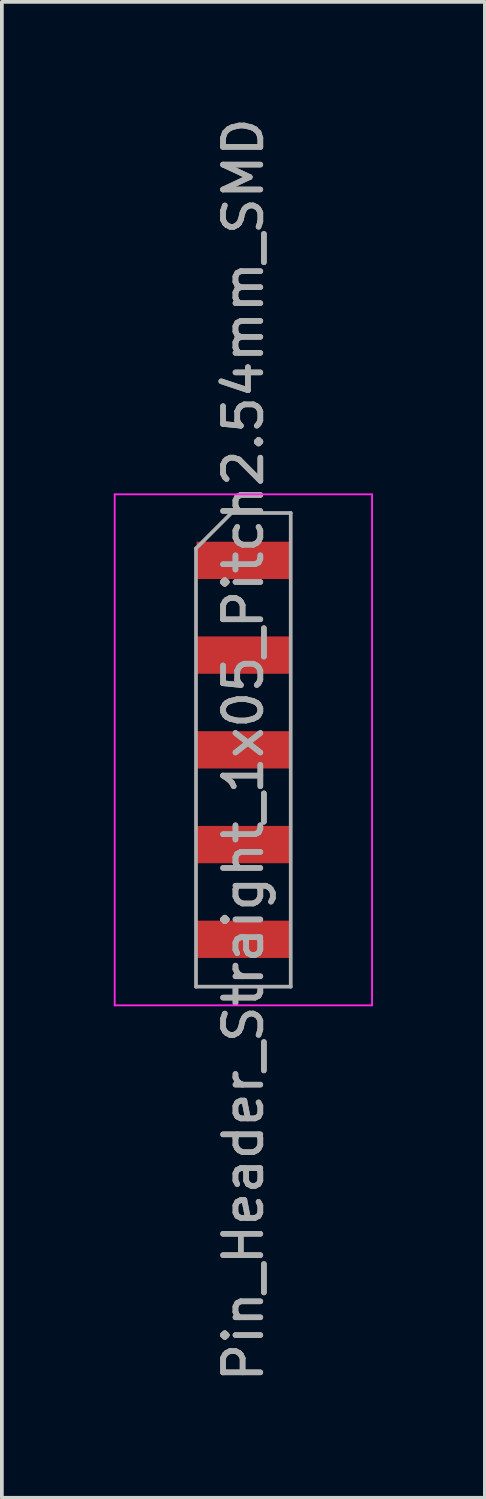
<source format=kicad_pcb>
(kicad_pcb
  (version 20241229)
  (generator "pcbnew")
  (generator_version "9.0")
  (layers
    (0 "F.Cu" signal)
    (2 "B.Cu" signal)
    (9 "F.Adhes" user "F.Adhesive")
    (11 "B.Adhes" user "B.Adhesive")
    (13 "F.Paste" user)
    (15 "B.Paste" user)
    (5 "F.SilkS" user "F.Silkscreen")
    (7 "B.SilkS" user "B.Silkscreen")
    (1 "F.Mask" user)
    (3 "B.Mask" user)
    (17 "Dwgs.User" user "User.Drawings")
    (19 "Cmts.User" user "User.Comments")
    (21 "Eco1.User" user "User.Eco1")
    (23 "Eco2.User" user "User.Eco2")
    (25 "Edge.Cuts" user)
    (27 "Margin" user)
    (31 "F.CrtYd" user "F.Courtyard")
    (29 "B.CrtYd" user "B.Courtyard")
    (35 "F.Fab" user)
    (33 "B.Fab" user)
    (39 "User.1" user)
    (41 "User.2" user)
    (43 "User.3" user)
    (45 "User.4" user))
  (footprint "Pin_Header_Straight_1x05_Pitch2.54mm_SMD"
    (layer "F.Cu")
    (at 3.475 17.054)
    (property "Reference" "Pin_Header_Straight_1x05_Pitch2.54mm_SMD" (at 0 0 90) (layer "F.Fab") (effects (font (size 1 1) (thickness 0.15))))
    (attr smd)
    (fp_line (start -3.45 -6.85) (end -3.45 6.85) (stroke (width 0.05) (type solid)) (layer "F.CrtYd"))
    (fp_line (start -3.45 6.85) (end 3.45 6.85) (stroke (width 0.05) (type solid)) (layer "F.CrtYd"))
    (fp_line (start 3.45 -6.85) (end -3.45 -6.85) (stroke (width 0.05) (type solid)) (layer "F.CrtYd"))
    (fp_line (start 3.45 6.85) (end 3.45 -6.85) (stroke (width 0.05) (type solid)) (layer "F.CrtYd"))
    (fp_line (start -1.27 -5.4) (end -0.32 -6.35) (stroke (width 0.1) (type solid)) (layer "F.Fab"))
    (fp_line (start -1.27 6.35) (end -1.27 -5.4) (stroke (width 0.1) (type solid)) (layer "F.Fab"))
    (fp_line (start -0.32 -6.35) (end 1.27 -6.35) (stroke (width 0.1) (type solid)) (layer "F.Fab"))
    (fp_line (start 1.27 -6.35) (end 1.27 6.35) (stroke (width 0.1) (type solid)) (layer "F.Fab"))
    (fp_line (start 1.27 6.35) (end -1.27 6.35) (stroke (width 0.1) (type solid)) (layer "F.Fab"))
    (fp_text user "${REFERENCE}" (at 0 0 90) (layer "F.Fab") (effects (font (size 1 1) (thickness 0.15))))
    (pad "1" smd rect (at 0 -5.08) (size 2.51 1) (layers "F.Cu" "F.Mask" "F.Paste"))
    (pad "2" smd rect (at 0 -2.54) (size 2.51 1) (layers "F.Cu" "F.Mask" "F.Paste"))
    (pad "3" smd rect (at 0 0) (size 2.51 1) (layers "F.Cu" "F.Mask" "F.Paste"))
    (pad "4" smd rect (at 0 2.54) (size 2.51 1) (layers "F.Cu" "F.Mask" "F.Paste"))
    (pad "5" smd rect (at 0 5.08) (size 2.51 1) (layers "F.Cu" "F.Mask" "F.Paste")))
  (gr_rect
    (start -3 -3)
    (end 9.95 37.107)
    (stroke (width 0.1) (type default))
    (fill no)
    (layer "Edge.Cuts")))
</source>
